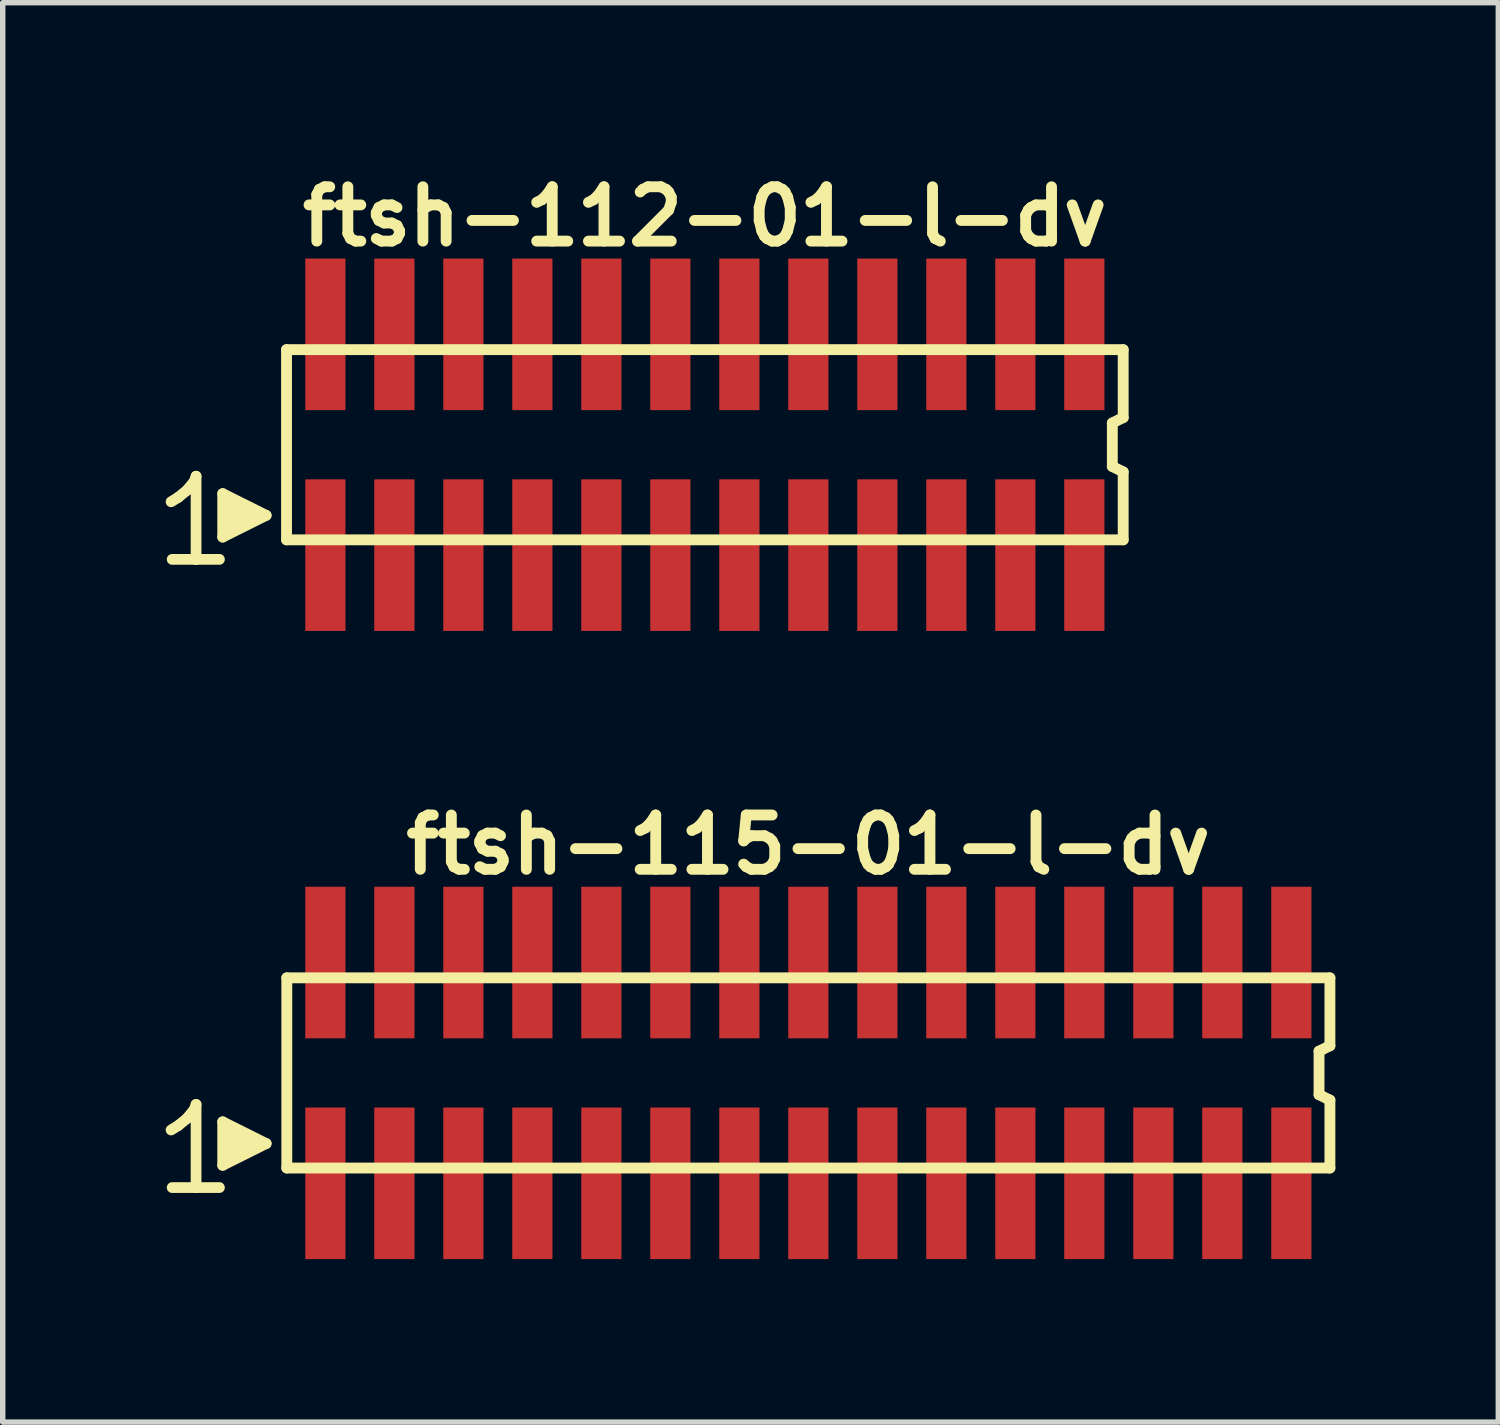
<source format=kicad_pcb>
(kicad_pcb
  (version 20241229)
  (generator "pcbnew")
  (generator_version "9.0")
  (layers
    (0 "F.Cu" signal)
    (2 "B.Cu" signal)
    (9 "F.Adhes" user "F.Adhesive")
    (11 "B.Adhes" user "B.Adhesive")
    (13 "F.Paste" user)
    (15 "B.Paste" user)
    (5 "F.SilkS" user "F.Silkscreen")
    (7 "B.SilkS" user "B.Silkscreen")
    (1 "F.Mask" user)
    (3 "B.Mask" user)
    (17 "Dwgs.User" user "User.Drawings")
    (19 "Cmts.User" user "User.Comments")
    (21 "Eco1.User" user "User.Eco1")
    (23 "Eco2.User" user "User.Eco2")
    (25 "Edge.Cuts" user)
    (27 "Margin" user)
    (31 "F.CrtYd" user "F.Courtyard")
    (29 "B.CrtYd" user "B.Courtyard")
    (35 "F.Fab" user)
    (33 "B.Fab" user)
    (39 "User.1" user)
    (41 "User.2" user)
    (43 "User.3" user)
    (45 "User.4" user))
  (footprint "ftsh-115-01-l-dv"
    (layer "F.Cu")
    (at 11.829 16.699)
    (property "Reference" "ftsh-115-01-l-dv" (at 0 -4.2 0) (layer "F.SilkS") (effects (font (size 1 1) (thickness 0.2))))
    (attr through_hole)
    (fp_line (start -11.73 1.05) (end -11.6 0.97) (stroke (width 0.198) (type solid)) (layer "F.SilkS"))
    (fp_line (start -11.6 0.97) (end -11.44 0.84) (stroke (width 0.198) (type solid)) (layer "F.SilkS"))
    (fp_line (start -11.44 0.84) (end -11.3 0.67) (stroke (width 0.198) (type solid)) (layer "F.SilkS"))
    (fp_line (start -11.3 0.67) (end -11.27 0.58) (stroke (width 0.198) (type solid)) (layer "F.SilkS"))
    (fp_line (start -11.27 0.58) (end -11.27 2.11) (stroke (width 0.198) (type solid)) (layer "F.SilkS"))
    (fp_line (start -11.27 2.11) (end -11.71 2.11) (stroke (width 0.198) (type solid)) (layer "F.SilkS"))
    (fp_line (start -10.84 2.11) (end -11.28 2.11) (stroke (width 0.198) (type solid)) (layer "F.SilkS"))
    (fp_line (start -10.78 0.9) (end -9.98 1.3) (stroke (width 0.198) (type solid)) (layer "F.SilkS"))
    (fp_line (start -10.78 1.7) (end -10.78 0.9) (stroke (width 0.198) (type solid)) (layer "F.SilkS"))
    (fp_line (start -10.68 1.6) (end -10.68 1) (stroke (width 0.198) (type solid)) (layer "F.SilkS"))
    (fp_line (start -10.58 1.1) (end -10.58 1.5) (stroke (width 0.198) (type solid)) (layer "F.SilkS"))
    (fp_line (start -10.48 1.5) (end -10.48 1.1) (stroke (width 0.198) (type solid)) (layer "F.SilkS"))
    (fp_line (start -10.38 1.2) (end -10.38 1.4) (stroke (width 0.198) (type solid)) (layer "F.SilkS"))
    (fp_line (start -10.28 1.4) (end -10.28 1.2) (stroke (width 0.198) (type solid)) (layer "F.SilkS"))
    (fp_line (start -9.98 1.3) (end -10.78 1.7) (stroke (width 0.198) (type solid)) (layer "F.SilkS"))
    (fp_line (start -9.6 -1.75) (end -9.6 1.75) (stroke (width 0.2) (type solid)) (layer "F.SilkS"))
    (fp_line (start -9.6 -1.75) (end 9.6 -1.75) (stroke (width 0.2) (type solid)) (layer "F.SilkS"))
    (fp_line (start -9.6 1.75) (end 9.6 1.75) (stroke (width 0.2) (type solid)) (layer "F.SilkS"))
    (fp_line (start 9.4 -0.4) (end 9.4 0.4) (stroke (width 0.2) (type solid)) (layer "F.SilkS"))
    (fp_line (start 9.4 0.4) (end 9.6 0.5) (stroke (width 0.2) (type solid)) (layer "F.SilkS"))
    (fp_line (start 9.6 -0.5) (end 9.4 -0.4) (stroke (width 0.2) (type solid)) (layer "F.SilkS"))
    (fp_line (start 9.6 -0.5) (end 9.6 -1.75) (stroke (width 0.2) (type solid)) (layer "F.SilkS"))
    (fp_line (start 9.6 0.5) (end 9.6 1.75) (stroke (width 0.2) (type solid)) (layer "F.SilkS"))
    (pad "1" smd rect (at -8.89 2.032) (size 0.74 2.79) (layers "F.Cu" "F.Mask" "F.Paste"))
    (pad "2" smd rect (at -8.89 -2.032) (size 0.74 2.79) (layers "F.Cu" "F.Mask" "F.Paste"))
    (pad "3" smd rect (at -7.62 2.032) (size 0.74 2.79) (layers "F.Cu" "F.Mask" "F.Paste"))
    (pad "4" smd rect (at -7.62 -2.032) (size 0.74 2.79) (layers "F.Cu" "F.Mask" "F.Paste"))
    (pad "5" smd rect (at -6.35 2.032) (size 0.74 2.79) (layers "F.Cu" "F.Mask" "F.Paste"))
    (pad "6" smd rect (at -6.35 -2.032) (size 0.74 2.79) (layers "F.Cu" "F.Mask" "F.Paste"))
    (pad "7" smd rect (at -5.08 2.032) (size 0.74 2.79) (layers "F.Cu" "F.Mask" "F.Paste"))
    (pad "8" smd rect (at -5.08 -2.032) (size 0.74 2.79) (layers "F.Cu" "F.Mask" "F.Paste"))
    (pad "9" smd rect (at -3.81 2.032) (size 0.74 2.79) (layers "F.Cu" "F.Mask" "F.Paste"))
    (pad "10" smd rect (at -3.81 -2.032) (size 0.74 2.79) (layers "F.Cu" "F.Mask" "F.Paste"))
    (pad "11" smd rect (at -2.54 2.032) (size 0.74 2.79) (layers "F.Cu" "F.Mask" "F.Paste"))
    (pad "12" smd rect (at -2.54 -2.032) (size 0.74 2.79) (layers "F.Cu" "F.Mask" "F.Paste"))
    (pad "13" smd rect (at -1.27 2.032) (size 0.74 2.79) (layers "F.Cu" "F.Mask" "F.Paste"))
    (pad "14" smd rect (at -1.27 -2.032) (size 0.74 2.79) (layers "F.Cu" "F.Mask" "F.Paste"))
    (pad "15" smd rect (at 0 2.032) (size 0.74 2.79) (layers "F.Cu" "F.Mask" "F.Paste"))
    (pad "16" smd rect (at 0 -2.032) (size 0.74 2.79) (layers "F.Cu" "F.Mask" "F.Paste"))
    (pad "17" smd rect (at 1.27 2.032) (size 0.74 2.79) (layers "F.Cu" "F.Mask" "F.Paste"))
    (pad "18" smd rect (at 1.27 -2.032) (size 0.74 2.79) (layers "F.Cu" "F.Mask" "F.Paste"))
    (pad "19" smd rect (at 2.54 2.032) (size 0.74 2.79) (layers "F.Cu" "F.Mask" "F.Paste"))
    (pad "20" smd rect (at 2.54 -2.032) (size 0.74 2.79) (layers "F.Cu" "F.Mask" "F.Paste"))
    (pad "21" smd rect (at 3.81 2.032) (size 0.74 2.79) (layers "F.Cu" "F.Mask" "F.Paste"))
    (pad "22" smd rect (at 3.81 -2.032) (size 0.74 2.79) (layers "F.Cu" "F.Mask" "F.Paste"))
    (pad "23" smd rect (at 5.08 2.032) (size 0.74 2.79) (layers "F.Cu" "F.Mask" "F.Paste"))
    (pad "24" smd rect (at 5.08 -2.032) (size 0.74 2.79) (layers "F.Cu" "F.Mask" "F.Paste"))
    (pad "25" smd rect (at 6.35 2.032) (size 0.74 2.79) (layers "F.Cu" "F.Mask" "F.Paste"))
    (pad "26" smd rect (at 6.35 -2.032) (size 0.74 2.79) (layers "F.Cu" "F.Mask" "F.Paste"))
    (pad "27" smd rect (at 7.62 2.032) (size 0.74 2.79) (layers "F.Cu" "F.Mask" "F.Paste"))
    (pad "28" smd rect (at 7.62 -2.032) (size 0.74 2.79) (layers "F.Cu" "F.Mask" "F.Paste"))
    (pad "29" smd rect (at 8.89 2.032) (size 0.74 2.79) (layers "F.Cu" "F.Mask" "F.Paste"))
    (pad "30" smd rect (at 8.89 -2.032) (size 0.74 2.79) (layers "F.Cu" "F.Mask" "F.Paste")))
  (footprint "ftsh-112-01-l-dv"
    (layer "F.Cu")
    (at 9.924 5.136)
    (property "Reference" "ftsh-112-01-l-dv" (at 0 -4.2 0) (layer "F.SilkS") (effects (font (size 1 1) (thickness 0.2))))
    (attr through_hole)
    (fp_line (start -9.825 1.05) (end -9.695 0.97) (stroke (width 0.198) (type solid)) (layer "F.SilkS"))
    (fp_line (start -9.695 0.97) (end -9.535 0.84) (stroke (width 0.198) (type solid)) (layer "F.SilkS"))
    (fp_line (start -9.535 0.84) (end -9.395 0.67) (stroke (width 0.198) (type solid)) (layer "F.SilkS"))
    (fp_line (start -9.395 0.67) (end -9.365 0.58) (stroke (width 0.198) (type solid)) (layer "F.SilkS"))
    (fp_line (start -9.365 0.58) (end -9.365 2.11) (stroke (width 0.198) (type solid)) (layer "F.SilkS"))
    (fp_line (start -9.365 2.11) (end -9.805 2.11) (stroke (width 0.198) (type solid)) (layer "F.SilkS"))
    (fp_line (start -8.935 2.11) (end -9.375 2.11) (stroke (width 0.198) (type solid)) (layer "F.SilkS"))
    (fp_line (start -8.875 0.9) (end -8.075 1.3) (stroke (width 0.198) (type solid)) (layer "F.SilkS"))
    (fp_line (start -8.875 1.7) (end -8.875 0.9) (stroke (width 0.198) (type solid)) (layer "F.SilkS"))
    (fp_line (start -8.775 1.6) (end -8.775 1) (stroke (width 0.198) (type solid)) (layer "F.SilkS"))
    (fp_line (start -8.675 1.1) (end -8.675 1.5) (stroke (width 0.198) (type solid)) (layer "F.SilkS"))
    (fp_line (start -8.575 1.5) (end -8.575 1.1) (stroke (width 0.198) (type solid)) (layer "F.SilkS"))
    (fp_line (start -8.475 1.2) (end -8.475 1.4) (stroke (width 0.198) (type solid)) (layer "F.SilkS"))
    (fp_line (start -8.375 1.4) (end -8.375 1.2) (stroke (width 0.198) (type solid)) (layer "F.SilkS"))
    (fp_line (start -8.075 1.3) (end -8.875 1.7) (stroke (width 0.198) (type solid)) (layer "F.SilkS"))
    (fp_line (start -7.7 -1.75) (end -7.7 1.75) (stroke (width 0.2) (type solid)) (layer "F.SilkS"))
    (fp_line (start -7.7 -1.75) (end 7.7 -1.75) (stroke (width 0.2) (type solid)) (layer "F.SilkS"))
    (fp_line (start -7.7 1.75) (end 7.7 1.75) (stroke (width 0.2) (type solid)) (layer "F.SilkS"))
    (fp_line (start 7.5 -0.4) (end 7.5 0.4) (stroke (width 0.2) (type solid)) (layer "F.SilkS"))
    (fp_line (start 7.5 0.4) (end 7.7 0.5) (stroke (width 0.2) (type solid)) (layer "F.SilkS"))
    (fp_line (start 7.7 -0.5) (end 7.5 -0.4) (stroke (width 0.2) (type solid)) (layer "F.SilkS"))
    (fp_line (start 7.7 -0.5) (end 7.7 -1.75) (stroke (width 0.2) (type solid)) (layer "F.SilkS"))
    (fp_line (start 7.7 0.5) (end 7.7 1.75) (stroke (width 0.2) (type solid)) (layer "F.SilkS"))
    (pad "1" smd rect (at -6.985 2.032) (size 0.74 2.79) (layers "F.Cu" "F.Mask" "F.Paste"))
    (pad "2" smd rect (at -6.985 -2.032) (size 0.74 2.79) (layers "F.Cu" "F.Mask" "F.Paste"))
    (pad "3" smd rect (at -5.715 2.032) (size 0.74 2.79) (layers "F.Cu" "F.Mask" "F.Paste"))
    (pad "4" smd rect (at -5.715 -2.032) (size 0.74 2.79) (layers "F.Cu" "F.Mask" "F.Paste"))
    (pad "5" smd rect (at -4.445 2.032) (size 0.74 2.79) (layers "F.Cu" "F.Mask" "F.Paste"))
    (pad "6" smd rect (at -4.445 -2.032) (size 0.74 2.79) (layers "F.Cu" "F.Mask" "F.Paste"))
    (pad "7" smd rect (at -3.175 2.032) (size 0.74 2.79) (layers "F.Cu" "F.Mask" "F.Paste"))
    (pad "8" smd rect (at -3.175 -2.032) (size 0.74 2.79) (layers "F.Cu" "F.Mask" "F.Paste"))
    (pad "9" smd rect (at -1.905 2.032) (size 0.74 2.79) (layers "F.Cu" "F.Mask" "F.Paste"))
    (pad "10" smd rect (at -1.905 -2.032) (size 0.74 2.79) (layers "F.Cu" "F.Mask" "F.Paste"))
    (pad "11" smd rect (at -0.635 2.032) (size 0.74 2.79) (layers "F.Cu" "F.Mask" "F.Paste"))
    (pad "12" smd rect (at -0.635 -2.032) (size 0.74 2.79) (layers "F.Cu" "F.Mask" "F.Paste"))
    (pad "13" smd rect (at 0.635 2.032) (size 0.74 2.79) (layers "F.Cu" "F.Mask" "F.Paste"))
    (pad "14" smd rect (at 0.635 -2.032) (size 0.74 2.79) (layers "F.Cu" "F.Mask" "F.Paste"))
    (pad "15" smd rect (at 1.905 2.032) (size 0.74 2.79) (layers "F.Cu" "F.Mask" "F.Paste"))
    (pad "16" smd rect (at 1.905 -2.032) (size 0.74 2.79) (layers "F.Cu" "F.Mask" "F.Paste"))
    (pad "17" smd rect (at 3.175 2.032) (size 0.74 2.79) (layers "F.Cu" "F.Mask" "F.Paste"))
    (pad "18" smd rect (at 3.175 -2.032) (size 0.74 2.79) (layers "F.Cu" "F.Mask" "F.Paste"))
    (pad "19" smd rect (at 4.445 2.032) (size 0.74 2.79) (layers "F.Cu" "F.Mask" "F.Paste"))
    (pad "20" smd rect (at 4.445 -2.032) (size 0.74 2.79) (layers "F.Cu" "F.Mask" "F.Paste"))
    (pad "21" smd rect (at 5.715 2.032) (size 0.74 2.79) (layers "F.Cu" "F.Mask" "F.Paste"))
    (pad "22" smd rect (at 5.715 -2.032) (size 0.74 2.79) (layers "F.Cu" "F.Mask" "F.Paste"))
    (pad "23" smd rect (at 6.985 2.032) (size 0.74 2.79) (layers "F.Cu" "F.Mask" "F.Paste"))
    (pad "24" smd rect (at 6.985 -2.032) (size 0.74 2.79) (layers "F.Cu" "F.Mask" "F.Paste")))
  (gr_rect
    (start -3 -3)
    (end 24.529 23.126)
    (stroke (width 0.1) (type default))
    (fill no)
    (layer "Edge.Cuts")))
</source>
